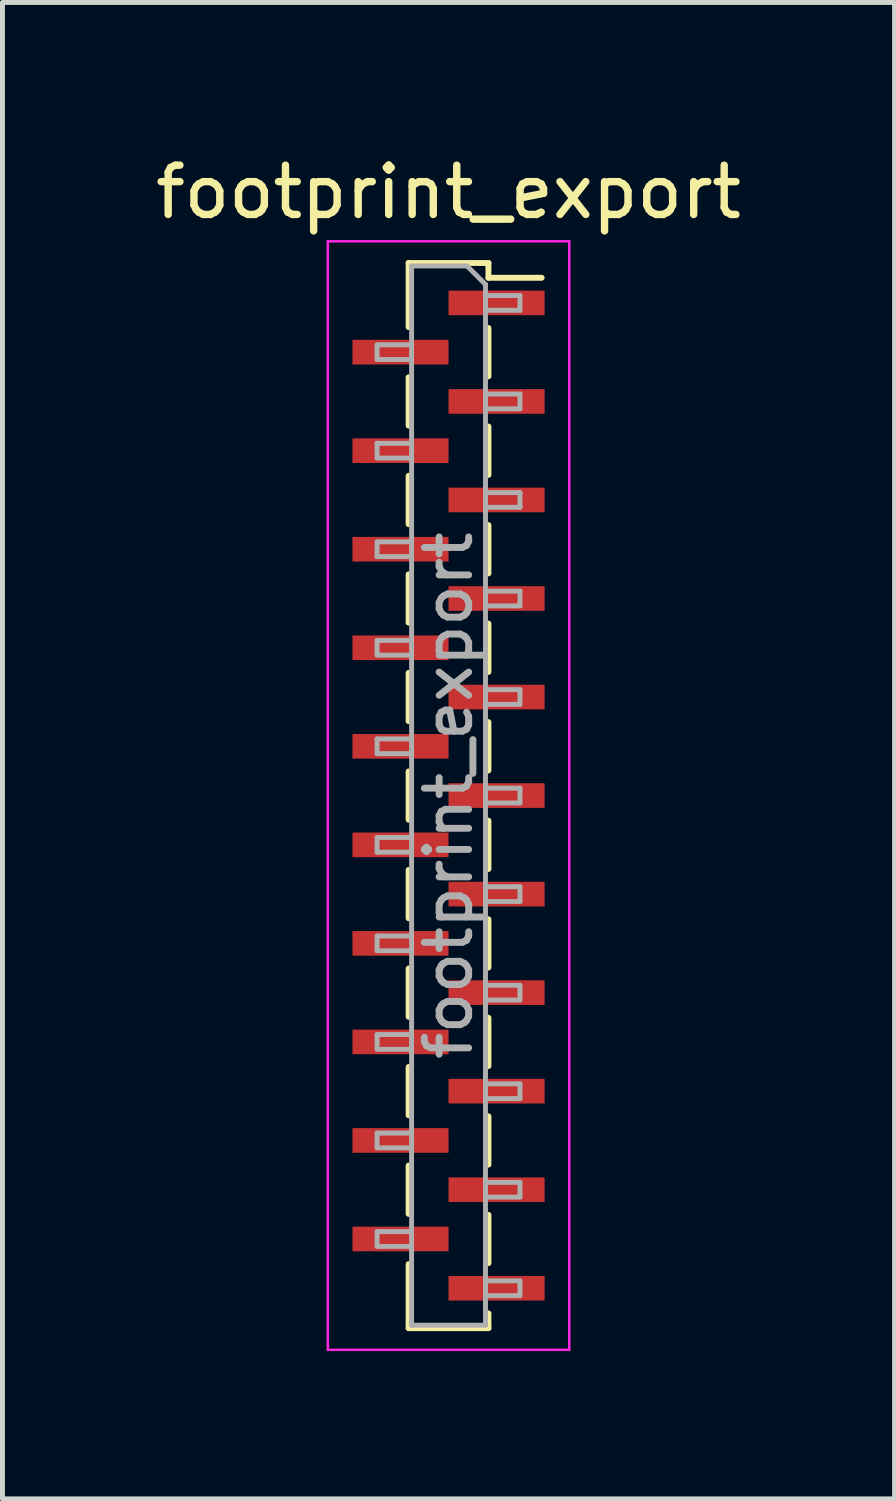
<source format=kicad_pcb>
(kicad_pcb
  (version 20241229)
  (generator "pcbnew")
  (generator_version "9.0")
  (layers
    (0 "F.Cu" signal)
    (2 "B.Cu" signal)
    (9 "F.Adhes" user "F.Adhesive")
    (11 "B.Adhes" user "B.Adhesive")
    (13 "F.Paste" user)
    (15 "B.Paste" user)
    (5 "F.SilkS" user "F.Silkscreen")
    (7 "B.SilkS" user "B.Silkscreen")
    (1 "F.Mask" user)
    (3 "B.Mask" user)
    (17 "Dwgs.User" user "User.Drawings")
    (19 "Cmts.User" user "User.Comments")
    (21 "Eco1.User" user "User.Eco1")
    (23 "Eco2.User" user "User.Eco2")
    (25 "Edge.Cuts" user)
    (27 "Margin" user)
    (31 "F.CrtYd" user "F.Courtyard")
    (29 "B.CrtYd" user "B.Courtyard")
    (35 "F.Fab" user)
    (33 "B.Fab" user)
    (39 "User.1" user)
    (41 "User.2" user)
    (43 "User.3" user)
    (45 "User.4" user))
  (footprint "footprint_export"
    (layer "F.Cu")
    (at 6.054 13.098)
    (property "Reference" "footprint_export" (at 0 -12.25 0) (layer "F.SilkS") (effects (font (size 1 1) (thickness 0.15))))
    (attr smd)
    (fp_line (start -0.81 -10.81) (end -0.81 -9.51) (stroke (width 0.12) (type solid)) (layer "F.SilkS"))
    (fp_line (start -0.81 -10.81) (end 0.81 -10.81) (stroke (width 0.12) (type solid)) (layer "F.SilkS"))
    (fp_line (start -0.81 -8.49) (end -0.81 -7.51) (stroke (width 0.12) (type solid)) (layer "F.SilkS"))
    (fp_line (start -0.81 -6.49) (end -0.81 -5.51) (stroke (width 0.12) (type solid)) (layer "F.SilkS"))
    (fp_line (start -0.81 -4.49) (end -0.81 -3.51) (stroke (width 0.12) (type solid)) (layer "F.SilkS"))
    (fp_line (start -0.81 -2.49) (end -0.81 -1.51) (stroke (width 0.12) (type solid)) (layer "F.SilkS"))
    (fp_line (start -0.81 -0.49) (end -0.81 0.49) (stroke (width 0.12) (type solid)) (layer "F.SilkS"))
    (fp_line (start -0.81 1.51) (end -0.81 2.49) (stroke (width 0.12) (type solid)) (layer "F.SilkS"))
    (fp_line (start -0.81 3.51) (end -0.81 4.49) (stroke (width 0.12) (type solid)) (layer "F.SilkS"))
    (fp_line (start -0.81 5.51) (end -0.81 6.49) (stroke (width 0.12) (type solid)) (layer "F.SilkS"))
    (fp_line (start -0.81 7.51) (end -0.81 8.49) (stroke (width 0.12) (type solid)) (layer "F.SilkS"))
    (fp_line (start -0.81 9.51) (end -0.81 10.81) (stroke (width 0.12) (type solid)) (layer "F.SilkS"))
    (fp_line (start -0.81 10.81) (end 0.81 10.81) (stroke (width 0.12) (type solid)) (layer "F.SilkS"))
    (fp_line (start 0.81 -10.81) (end 0.81 -10.51) (stroke (width 0.12) (type solid)) (layer "F.SilkS"))
    (fp_line (start 0.81 -10.51) (end 1.89 -10.51) (stroke (width 0.12) (type solid)) (layer "F.SilkS"))
    (fp_line (start 0.81 -9.49) (end 0.81 -8.51) (stroke (width 0.12) (type solid)) (layer "F.SilkS"))
    (fp_line (start 0.81 -7.49) (end 0.81 -6.51) (stroke (width 0.12) (type solid)) (layer "F.SilkS"))
    (fp_line (start 0.81 -5.49) (end 0.81 -4.51) (stroke (width 0.12) (type solid)) (layer "F.SilkS"))
    (fp_line (start 0.81 -3.49) (end 0.81 -2.51) (stroke (width 0.12) (type solid)) (layer "F.SilkS"))
    (fp_line (start 0.81 -1.49) (end 0.81 -0.51) (stroke (width 0.12) (type solid)) (layer "F.SilkS"))
    (fp_line (start 0.81 0.51) (end 0.81 1.49) (stroke (width 0.12) (type solid)) (layer "F.SilkS"))
    (fp_line (start 0.81 2.51) (end 0.81 3.49) (stroke (width 0.12) (type solid)) (layer "F.SilkS"))
    (fp_line (start 0.81 4.51) (end 0.81 5.49) (stroke (width 0.12) (type solid)) (layer "F.SilkS"))
    (fp_line (start 0.81 6.51) (end 0.81 7.49) (stroke (width 0.12) (type solid)) (layer "F.SilkS"))
    (fp_line (start 0.81 8.51) (end 0.81 9.49) (stroke (width 0.12) (type solid)) (layer "F.SilkS"))
    (fp_line (start 0.81 10.51) (end 0.81 10.81) (stroke (width 0.12) (type solid)) (layer "F.SilkS"))
    (fp_line (start -2.45 -11.25) (end 2.45 -11.25) (stroke (width 0.05) (type solid)) (layer "F.CrtYd"))
    (fp_line (start -2.45 11.25) (end -2.45 -11.25) (stroke (width 0.05) (type solid)) (layer "F.CrtYd"))
    (fp_line (start 2.45 -11.25) (end 2.45 11.25) (stroke (width 0.05) (type solid)) (layer "F.CrtYd"))
    (fp_line (start 2.45 11.25) (end -2.45 11.25) (stroke (width 0.05) (type solid)) (layer "F.CrtYd"))
    (fp_line (start -1.45 -9.15) (end -0.75 -9.15) (stroke (width 0.1) (type solid)) (layer "F.Fab"))
    (fp_line (start -1.45 -8.85) (end -1.45 -9.15) (stroke (width 0.1) (type solid)) (layer "F.Fab"))
    (fp_line (start -1.45 -7.15) (end -0.75 -7.15) (stroke (width 0.1) (type solid)) (layer "F.Fab"))
    (fp_line (start -1.45 -6.85) (end -1.45 -7.15) (stroke (width 0.1) (type solid)) (layer "F.Fab"))
    (fp_line (start -1.45 -5.15) (end -0.75 -5.15) (stroke (width 0.1) (type solid)) (layer "F.Fab"))
    (fp_line (start -1.45 -4.85) (end -1.45 -5.15) (stroke (width 0.1) (type solid)) (layer "F.Fab"))
    (fp_line (start -1.45 -3.15) (end -0.75 -3.15) (stroke (width 0.1) (type solid)) (layer "F.Fab"))
    (fp_line (start -1.45 -2.85) (end -1.45 -3.15) (stroke (width 0.1) (type solid)) (layer "F.Fab"))
    (fp_line (start -1.45 -1.15) (end -0.75 -1.15) (stroke (width 0.1) (type solid)) (layer "F.Fab"))
    (fp_line (start -1.45 -0.85) (end -1.45 -1.15) (stroke (width 0.1) (type solid)) (layer "F.Fab"))
    (fp_line (start -1.45 0.85) (end -0.75 0.85) (stroke (width 0.1) (type solid)) (layer "F.Fab"))
    (fp_line (start -1.45 1.15) (end -1.45 0.85) (stroke (width 0.1) (type solid)) (layer "F.Fab"))
    (fp_line (start -1.45 2.85) (end -0.75 2.85) (stroke (width 0.1) (type solid)) (layer "F.Fab"))
    (fp_line (start -1.45 3.15) (end -1.45 2.85) (stroke (width 0.1) (type solid)) (layer "F.Fab"))
    (fp_line (start -1.45 4.85) (end -0.75 4.85) (stroke (width 0.1) (type solid)) (layer "F.Fab"))
    (fp_line (start -1.45 5.15) (end -1.45 4.85) (stroke (width 0.1) (type solid)) (layer "F.Fab"))
    (fp_line (start -1.45 6.85) (end -0.75 6.85) (stroke (width 0.1) (type solid)) (layer "F.Fab"))
    (fp_line (start -1.45 7.15) (end -1.45 6.85) (stroke (width 0.1) (type solid)) (layer "F.Fab"))
    (fp_line (start -1.45 8.85) (end -0.75 8.85) (stroke (width 0.1) (type solid)) (layer "F.Fab"))
    (fp_line (start -1.45 9.15) (end -1.45 8.85) (stroke (width 0.1) (type solid)) (layer "F.Fab"))
    (fp_line (start -0.75 -10.75) (end 0.375 -10.75) (stroke (width 0.1) (type solid)) (layer "F.Fab"))
    (fp_line (start -0.75 -8.85) (end -1.45 -8.85) (stroke (width 0.1) (type solid)) (layer "F.Fab"))
    (fp_line (start -0.75 -6.85) (end -1.45 -6.85) (stroke (width 0.1) (type solid)) (layer "F.Fab"))
    (fp_line (start -0.75 -4.85) (end -1.45 -4.85) (stroke (width 0.1) (type solid)) (layer "F.Fab"))
    (fp_line (start -0.75 -2.85) (end -1.45 -2.85) (stroke (width 0.1) (type solid)) (layer "F.Fab"))
    (fp_line (start -0.75 -0.85) (end -1.45 -0.85) (stroke (width 0.1) (type solid)) (layer "F.Fab"))
    (fp_line (start -0.75 1.15) (end -1.45 1.15) (stroke (width 0.1) (type solid)) (layer "F.Fab"))
    (fp_line (start -0.75 3.15) (end -1.45 3.15) (stroke (width 0.1) (type solid)) (layer "F.Fab"))
    (fp_line (start -0.75 5.15) (end -1.45 5.15) (stroke (width 0.1) (type solid)) (layer "F.Fab"))
    (fp_line (start -0.75 7.15) (end -1.45 7.15) (stroke (width 0.1) (type solid)) (layer "F.Fab"))
    (fp_line (start -0.75 9.15) (end -1.45 9.15) (stroke (width 0.1) (type solid)) (layer "F.Fab"))
    (fp_line (start -0.75 10.75) (end -0.75 -10.75) (stroke (width 0.1) (type solid)) (layer "F.Fab"))
    (fp_line (start 0.375 -10.75) (end 0.75 -10.375) (stroke (width 0.1) (type solid)) (layer "F.Fab"))
    (fp_line (start 0.75 -10.375) (end 0.75 10.75) (stroke (width 0.1) (type solid)) (layer "F.Fab"))
    (fp_line (start 0.75 -10.15) (end 1.45 -10.15) (stroke (width 0.1) (type solid)) (layer "F.Fab"))
    (fp_line (start 0.75 -8.15) (end 1.45 -8.15) (stroke (width 0.1) (type solid)) (layer "F.Fab"))
    (fp_line (start 0.75 -6.15) (end 1.45 -6.15) (stroke (width 0.1) (type solid)) (layer "F.Fab"))
    (fp_line (start 0.75 -4.15) (end 1.45 -4.15) (stroke (width 0.1) (type solid)) (layer "F.Fab"))
    (fp_line (start 0.75 -2.15) (end 1.45 -2.15) (stroke (width 0.1) (type solid)) (layer "F.Fab"))
    (fp_line (start 0.75 -0.15) (end 1.45 -0.15) (stroke (width 0.1) (type solid)) (layer "F.Fab"))
    (fp_line (start 0.75 1.85) (end 1.45 1.85) (stroke (width 0.1) (type solid)) (layer "F.Fab"))
    (fp_line (start 0.75 3.85) (end 1.45 3.85) (stroke (width 0.1) (type solid)) (layer "F.Fab"))
    (fp_line (start 0.75 5.85) (end 1.45 5.85) (stroke (width 0.1) (type solid)) (layer "F.Fab"))
    (fp_line (start 0.75 7.85) (end 1.45 7.85) (stroke (width 0.1) (type solid)) (layer "F.Fab"))
    (fp_line (start 0.75 9.85) (end 1.45 9.85) (stroke (width 0.1) (type solid)) (layer "F.Fab"))
    (fp_line (start 0.75 10.75) (end -0.75 10.75) (stroke (width 0.1) (type solid)) (layer "F.Fab"))
    (fp_line (start 1.45 -10.15) (end 1.45 -9.85) (stroke (width 0.1) (type solid)) (layer "F.Fab"))
    (fp_line (start 1.45 -9.85) (end 0.75 -9.85) (stroke (width 0.1) (type solid)) (layer "F.Fab"))
    (fp_line (start 1.45 -8.15) (end 1.45 -7.85) (stroke (width 0.1) (type solid)) (layer "F.Fab"))
    (fp_line (start 1.45 -7.85) (end 0.75 -7.85) (stroke (width 0.1) (type solid)) (layer "F.Fab"))
    (fp_line (start 1.45 -6.15) (end 1.45 -5.85) (stroke (width 0.1) (type solid)) (layer "F.Fab"))
    (fp_line (start 1.45 -5.85) (end 0.75 -5.85) (stroke (width 0.1) (type solid)) (layer "F.Fab"))
    (fp_line (start 1.45 -4.15) (end 1.45 -3.85) (stroke (width 0.1) (type solid)) (layer "F.Fab"))
    (fp_line (start 1.45 -3.85) (end 0.75 -3.85) (stroke (width 0.1) (type solid)) (layer "F.Fab"))
    (fp_line (start 1.45 -2.15) (end 1.45 -1.85) (stroke (width 0.1) (type solid)) (layer "F.Fab"))
    (fp_line (start 1.45 -1.85) (end 0.75 -1.85) (stroke (width 0.1) (type solid)) (layer "F.Fab"))
    (fp_line (start 1.45 -0.15) (end 1.45 0.15) (stroke (width 0.1) (type solid)) (layer "F.Fab"))
    (fp_line (start 1.45 0.15) (end 0.75 0.15) (stroke (width 0.1) (type solid)) (layer "F.Fab"))
    (fp_line (start 1.45 1.85) (end 1.45 2.15) (stroke (width 0.1) (type solid)) (layer "F.Fab"))
    (fp_line (start 1.45 2.15) (end 0.75 2.15) (stroke (width 0.1) (type solid)) (layer "F.Fab"))
    (fp_line (start 1.45 3.85) (end 1.45 4.15) (stroke (width 0.1) (type solid)) (layer "F.Fab"))
    (fp_line (start 1.45 4.15) (end 0.75 4.15) (stroke (width 0.1) (type solid)) (layer "F.Fab"))
    (fp_line (start 1.45 5.85) (end 1.45 6.15) (stroke (width 0.1) (type solid)) (layer "F.Fab"))
    (fp_line (start 1.45 6.15) (end 0.75 6.15) (stroke (width 0.1) (type solid)) (layer "F.Fab"))
    (fp_line (start 1.45 7.85) (end 1.45 8.15) (stroke (width 0.1) (type solid)) (layer "F.Fab"))
    (fp_line (start 1.45 8.15) (end 0.75 8.15) (stroke (width 0.1) (type solid)) (layer "F.Fab"))
    (fp_line (start 1.45 9.85) (end 1.45 10.15) (stroke (width 0.1) (type solid)) (layer "F.Fab"))
    (fp_line (start 1.45 10.15) (end 0.75 10.15) (stroke (width 0.1) (type solid)) (layer "F.Fab"))
    (fp_text user "${REFERENCE}" (at 0 0 90) (layer "F.Fab") (effects (font (size 0.9 0.9) (thickness 0.14))))
    (pad "1" smd rect (at 0.975 -10) (size 1.95 0.5) (layers "F.Cu" "F.Mask" "F.Paste"))
    (pad "2" smd rect (at -0.975 -9) (size 1.95 0.5) (layers "F.Cu" "F.Mask" "F.Paste"))
    (pad "3" smd rect (at 0.975 -8) (size 1.95 0.5) (layers "F.Cu" "F.Mask" "F.Paste"))
    (pad "4" smd rect (at -0.975 -7) (size 1.95 0.5) (layers "F.Cu" "F.Mask" "F.Paste"))
    (pad "5" smd rect (at 0.975 -6) (size 1.95 0.5) (layers "F.Cu" "F.Mask" "F.Paste"))
    (pad "6" smd rect (at -0.975 -5) (size 1.95 0.5) (layers "F.Cu" "F.Mask" "F.Paste"))
    (pad "7" smd rect (at 0.975 -4) (size 1.95 0.5) (layers "F.Cu" "F.Mask" "F.Paste"))
    (pad "8" smd rect (at -0.975 -3) (size 1.95 0.5) (layers "F.Cu" "F.Mask" "F.Paste"))
    (pad "9" smd rect (at 0.975 -2) (size 1.95 0.5) (layers "F.Cu" "F.Mask" "F.Paste"))
    (pad "10" smd rect (at -0.975 -1) (size 1.95 0.5) (layers "F.Cu" "F.Mask" "F.Paste"))
    (pad "11" smd rect (at 0.975 0) (size 1.95 0.5) (layers "F.Cu" "F.Mask" "F.Paste"))
    (pad "12" smd rect (at -0.975 1) (size 1.95 0.5) (layers "F.Cu" "F.Mask" "F.Paste"))
    (pad "13" smd rect (at 0.975 2) (size 1.95 0.5) (layers "F.Cu" "F.Mask" "F.Paste"))
    (pad "14" smd rect (at -0.975 3) (size 1.95 0.5) (layers "F.Cu" "F.Mask" "F.Paste"))
    (pad "15" smd rect (at 0.975 4) (size 1.95 0.5) (layers "F.Cu" "F.Mask" "F.Paste"))
    (pad "16" smd rect (at -0.975 5) (size 1.95 0.5) (layers "F.Cu" "F.Mask" "F.Paste"))
    (pad "17" smd rect (at 0.975 6) (size 1.95 0.5) (layers "F.Cu" "F.Mask" "F.Paste"))
    (pad "18" smd rect (at -0.975 7) (size 1.95 0.5) (layers "F.Cu" "F.Mask" "F.Paste"))
    (pad "19" smd rect (at 0.975 8) (size 1.95 0.5) (layers "F.Cu" "F.Mask" "F.Paste"))
    (pad "20" smd rect (at -0.975 9) (size 1.95 0.5) (layers "F.Cu" "F.Mask" "F.Paste"))
    (pad "21" smd rect (at 0.975 10) (size 1.95 0.5) (layers "F.Cu" "F.Mask" "F.Paste")))
  (gr_rect
    (start -3 -3)
    (end 15.107 27.373)
    (stroke (width 0.1) (type default))
    (fill no)
    (layer "Edge.Cuts")))
</source>
